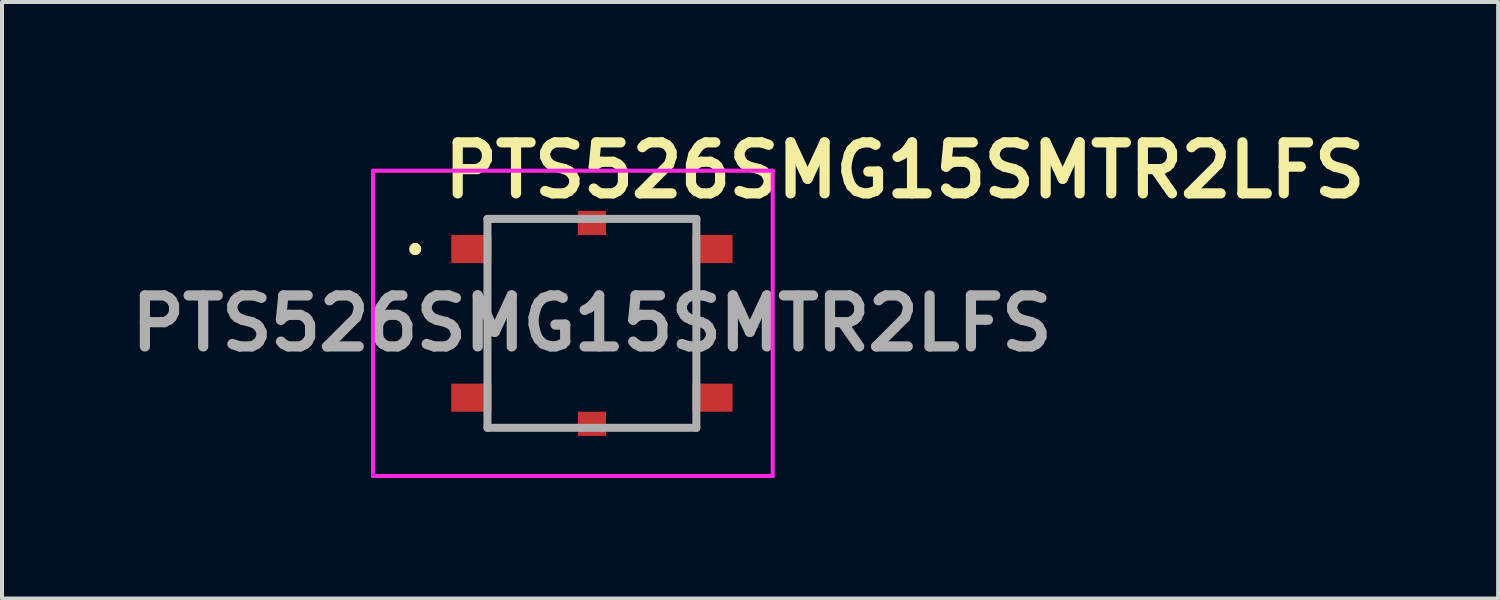
<source format=kicad_pcb>
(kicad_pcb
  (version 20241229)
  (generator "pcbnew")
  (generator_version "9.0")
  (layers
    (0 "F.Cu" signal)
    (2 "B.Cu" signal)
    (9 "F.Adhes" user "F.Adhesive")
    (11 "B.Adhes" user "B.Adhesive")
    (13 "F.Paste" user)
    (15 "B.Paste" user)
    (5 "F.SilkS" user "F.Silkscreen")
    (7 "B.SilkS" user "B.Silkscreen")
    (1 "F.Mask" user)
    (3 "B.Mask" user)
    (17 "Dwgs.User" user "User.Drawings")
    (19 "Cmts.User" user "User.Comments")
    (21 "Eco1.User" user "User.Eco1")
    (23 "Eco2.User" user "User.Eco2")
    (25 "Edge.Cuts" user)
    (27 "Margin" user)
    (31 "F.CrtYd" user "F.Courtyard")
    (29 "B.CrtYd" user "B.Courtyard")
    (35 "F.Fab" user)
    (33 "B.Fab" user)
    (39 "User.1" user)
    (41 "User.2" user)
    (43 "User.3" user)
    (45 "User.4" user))
  (footprint "PTS526SMG15SMTR2LFS"
    (layer "F.Cu")
    (at 11.684 4.999)
    (property "Reference" "PTS526SMG15SMTR2LFS" (at -3.81 -3.81 0) (layer "F.SilkS") (effects (font (size 1.27 1.27) (thickness 0.254)) (justify left)))
    (attr smd)
    (fp_line (start -4.4 -1.9) (end -4.4 -1.9) (stroke (width 0.2) (type solid)) (layer "F.SilkS"))
    (fp_line (start -4.4 -1.8) (end -4.4 -1.8) (stroke (width 0.2) (type solid)) (layer "F.SilkS"))
    (fp_line (start -4.4 -1.8) (end -4.4 -1.8) (stroke (width 0.2) (type solid)) (layer "F.SilkS"))
    (fp_line (start -2.6 -0.75) (end -2.6 -0.75) (stroke (width 0.1) (type solid)) (layer "F.SilkS"))
    (fp_line (start -2.6 -0.75) (end -2.6 0.75) (stroke (width 0.1) (type solid)) (layer "F.SilkS"))
    (fp_line (start -2.6 0.75) (end -2.6 -0.75) (stroke (width 0.1) (type solid)) (layer "F.SilkS"))
    (fp_line (start -2.6 0.75) (end -2.6 0.75) (stroke (width 0.1) (type solid)) (layer "F.SilkS"))
    (fp_line (start -2.25 2.6) (end -2.25 2.6) (stroke (width 0.1) (type solid)) (layer "F.SilkS"))
    (fp_line (start -2.25 2.6) (end -1 2.6) (stroke (width 0.1) (type solid)) (layer "F.SilkS"))
    (fp_line (start -2 -2.6) (end -2 -2.6) (stroke (width 0.1) (type solid)) (layer "F.SilkS"))
    (fp_line (start -2 -2.6) (end -1 -2.6) (stroke (width 0.1) (type solid)) (layer "F.SilkS"))
    (fp_line (start -1 -2.6) (end -2 -2.6) (stroke (width 0.1) (type solid)) (layer "F.SilkS"))
    (fp_line (start -1 -2.6) (end -1 -2.6) (stroke (width 0.1) (type solid)) (layer "F.SilkS"))
    (fp_line (start -1 2.6) (end -2.25 2.6) (stroke (width 0.1) (type solid)) (layer "F.SilkS"))
    (fp_line (start -1 2.6) (end -1 2.6) (stroke (width 0.1) (type solid)) (layer "F.SilkS"))
    (fp_line (start 1 -2.6) (end 1 -2.6) (stroke (width 0.1) (type solid)) (layer "F.SilkS"))
    (fp_line (start 1 -2.6) (end 2.5 -2.6) (stroke (width 0.1) (type solid)) (layer "F.SilkS"))
    (fp_line (start 1 2.6) (end 1 2.6) (stroke (width 0.1) (type solid)) (layer "F.SilkS"))
    (fp_line (start 1 2.6) (end 2.25 2.6) (stroke (width 0.1) (type solid)) (layer "F.SilkS"))
    (fp_line (start 2.25 2.6) (end 1 2.6) (stroke (width 0.1) (type solid)) (layer "F.SilkS"))
    (fp_line (start 2.25 2.6) (end 2.25 2.6) (stroke (width 0.1) (type solid)) (layer "F.SilkS"))
    (fp_line (start 2.5 -2.6) (end 1 -2.6) (stroke (width 0.1) (type solid)) (layer "F.SilkS"))
    (fp_line (start 2.5 -2.6) (end 2.5 -2.6) (stroke (width 0.1) (type solid)) (layer "F.SilkS"))
    (fp_line (start 2.6 -0.75) (end 2.6 -0.75) (stroke (width 0.1) (type solid)) (layer "F.SilkS"))
    (fp_line (start 2.6 -0.75) (end 2.6 0.5) (stroke (width 0.1) (type solid)) (layer "F.SilkS"))
    (fp_line (start 2.6 0.5) (end 2.6 -0.75) (stroke (width 0.1) (type solid)) (layer "F.SilkS"))
    (fp_line (start 2.6 0.5) (end 2.6 0.5) (stroke (width 0.1) (type solid)) (layer "F.SilkS"))
    (fp_arc (start -4.4 -1.9) (mid -4.35 -1.85) (end -4.4 -1.8) (stroke (width 0.2) (type solid)) (layer "F.SilkS"))
    (fp_arc (start -4.4 -1.9) (mid -4.35 -1.85) (end -4.4 -1.8) (stroke (width 0.2) (type solid)) (layer "F.SilkS"))
    (fp_arc (start -4.4 -1.8) (mid -4.45 -1.85) (end -4.4 -1.9) (stroke (width 0.2) (type solid)) (layer "F.SilkS"))
    (fp_line (start -5.45 -3.8) (end 4.5 -3.8) (stroke (width 0.1) (type solid)) (layer "F.CrtYd"))
    (fp_line (start -5.45 3.8) (end -5.45 -3.8) (stroke (width 0.1) (type solid)) (layer "F.CrtYd"))
    (fp_line (start 4.5 -3.8) (end 4.5 3.8) (stroke (width 0.1) (type solid)) (layer "F.CrtYd"))
    (fp_line (start 4.5 3.8) (end -5.45 3.8) (stroke (width 0.1) (type solid)) (layer "F.CrtYd"))
    (fp_line (start -2.6 -2.6) (end -2.6 2.6) (stroke (width 0.2) (type solid)) (layer "F.Fab"))
    (fp_line (start -2.6 2.6) (end 2.6 2.6) (stroke (width 0.2) (type solid)) (layer "F.Fab"))
    (fp_line (start 2.6 -2.6) (end -2.6 -2.6) (stroke (width 0.2) (type solid)) (layer "F.Fab"))
    (fp_line (start 2.6 2.6) (end 2.6 -2.6) (stroke (width 0.2) (type solid)) (layer "F.Fab"))
    (fp_text user "${REFERENCE}" (at 0 0 0) (layer "F.Fab") (effects (font (size 1.27 1.27) (thickness 0.254))))
    (pad "1" smd rect (at -3 -1.85 90) (size 0.7 1) (layers "F.Cu" "F.Mask" "F.Paste"))
    (pad "1" smd rect (at 3 -1.85 90) (size 0.7 1) (layers "F.Cu" "F.Mask" "F.Paste"))
    (pad "2" smd rect (at -3 1.85 90) (size 0.7 1) (layers "F.Cu" "F.Mask" "F.Paste"))
    (pad "2" smd rect (at 3 1.85 90) (size 0.7 1) (layers "F.Cu" "F.Mask" "F.Paste"))
    (pad "SH" smd rect (at 0 -2.5 90) (size 0.6 0.7) (layers "F.Cu" "F.Mask" "F.Paste"))
    (pad "SH" smd rect (at 0 2.5 90) (size 0.6 0.7) (layers "F.Cu" "F.Mask" "F.Paste")))
  (gr_rect
    (start -3 -3)
    (end 34.242 11.849)
    (stroke (width 0.1) (type default))
    (fill no)
    (layer "Edge.Cuts")))
</source>
